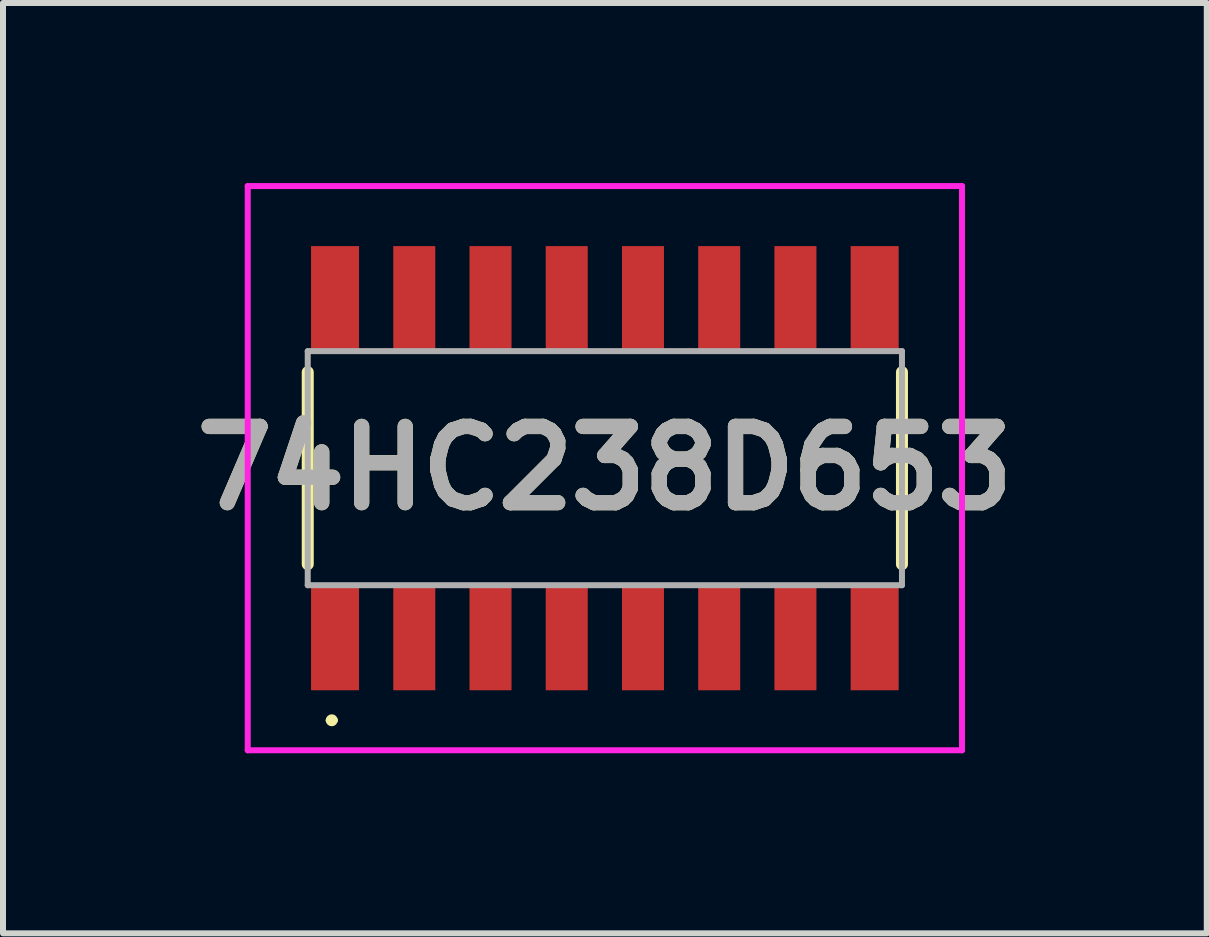
<source format=kicad_pcb>
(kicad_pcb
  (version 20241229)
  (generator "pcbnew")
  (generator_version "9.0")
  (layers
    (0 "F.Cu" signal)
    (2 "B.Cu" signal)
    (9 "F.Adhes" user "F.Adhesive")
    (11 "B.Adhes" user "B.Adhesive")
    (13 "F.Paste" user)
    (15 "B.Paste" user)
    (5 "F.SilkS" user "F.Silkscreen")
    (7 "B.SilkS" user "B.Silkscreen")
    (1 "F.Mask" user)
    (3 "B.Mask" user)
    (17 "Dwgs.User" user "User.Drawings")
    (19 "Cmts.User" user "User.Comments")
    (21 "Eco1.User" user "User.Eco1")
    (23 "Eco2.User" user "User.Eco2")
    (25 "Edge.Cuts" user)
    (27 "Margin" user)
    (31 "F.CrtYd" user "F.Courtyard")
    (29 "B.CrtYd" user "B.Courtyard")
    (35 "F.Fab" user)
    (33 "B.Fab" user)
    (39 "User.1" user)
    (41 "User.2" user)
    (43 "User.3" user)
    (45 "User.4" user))
  (footprint "74HC238D653"
    (layer "F.Cu")
    (at 7.027 4.75)
    (property "Reference" "74HC238D653" (at 0 0 0) (layer "F.SilkS") (effects (font (size 1.27 1.27) (thickness 0.254))))
    (attr smd)
    (fp_line (start -4.95 1.6) (end -4.95 -1.6) (stroke (width 0.2) (type solid)) (layer "F.SilkS"))
    (fp_line (start -4.6 4.2) (end -4.6 4.2) (stroke (width 0.1) (type solid)) (layer "F.SilkS"))
    (fp_line (start -4.5 4.2) (end -4.5 4.2) (stroke (width 0.1) (type solid)) (layer "F.SilkS"))
    (fp_line (start 4.95 -1.6) (end 4.95 1.6) (stroke (width 0.2) (type solid)) (layer "F.SilkS"))
    (fp_arc (start -4.6 4.2) (mid -4.55 4.15) (end -4.5 4.2) (stroke (width 0.1) (type solid)) (layer "F.SilkS"))
    (fp_arc (start -4.5 4.2) (mid -4.55 4.25) (end -4.6 4.2) (stroke (width 0.1) (type solid)) (layer "F.SilkS"))
    (fp_line (start -5.95 -4.7) (end 5.95 -4.7) (stroke (width 0.1) (type solid)) (layer "F.CrtYd"))
    (fp_line (start -5.95 4.7) (end -5.95 -4.7) (stroke (width 0.1) (type solid)) (layer "F.CrtYd"))
    (fp_line (start 5.95 -4.7) (end 5.95 4.7) (stroke (width 0.1) (type solid)) (layer "F.CrtYd"))
    (fp_line (start 5.95 4.7) (end -5.95 4.7) (stroke (width 0.1) (type solid)) (layer "F.CrtYd"))
    (fp_line (start -4.95 -1.95) (end 4.95 -1.95) (stroke (width 0.1) (type solid)) (layer "F.Fab"))
    (fp_line (start -4.95 1.95) (end -4.95 -1.95) (stroke (width 0.1) (type solid)) (layer "F.Fab"))
    (fp_line (start 4.95 -1.95) (end 4.95 1.95) (stroke (width 0.1) (type solid)) (layer "F.Fab"))
    (fp_line (start 4.95 1.95) (end -4.95 1.95) (stroke (width 0.1) (type solid)) (layer "F.Fab"))
    (fp_text user "${REFERENCE}" (at 0 0 0) (layer "F.Fab") (effects (font (size 1.27 1.27) (thickness 0.254))))
    (pad "1" smd rect (at -4.495 2.825) (size 0.8 1.75) (layers "F.Cu" "F.Mask" "F.Paste"))
    (pad "2" smd rect (at -3.175 2.825) (size 0.7 1.75) (layers "F.Cu" "F.Mask" "F.Paste"))
    (pad "3" smd rect (at -1.905 2.825) (size 0.7 1.75) (layers "F.Cu" "F.Mask" "F.Paste"))
    (pad "4" smd rect (at -0.635 2.825) (size 0.7 1.75) (layers "F.Cu" "F.Mask" "F.Paste"))
    (pad "5" smd rect (at 0.635 2.825) (size 0.7 1.75) (layers "F.Cu" "F.Mask" "F.Paste"))
    (pad "6" smd rect (at 1.905 2.825) (size 0.7 1.75) (layers "F.Cu" "F.Mask" "F.Paste"))
    (pad "7" smd rect (at 3.175 2.825) (size 0.7 1.75) (layers "F.Cu" "F.Mask" "F.Paste"))
    (pad "8" smd rect (at 4.495 2.825) (size 0.8 1.75) (layers "F.Cu" "F.Mask" "F.Paste"))
    (pad "9" smd rect (at 4.495 -2.825) (size 0.8 1.75) (layers "F.Cu" "F.Mask" "F.Paste"))
    (pad "10" smd rect (at 3.175 -2.825) (size 0.7 1.75) (layers "F.Cu" "F.Mask" "F.Paste"))
    (pad "11" smd rect (at 1.905 -2.825) (size 0.7 1.75) (layers "F.Cu" "F.Mask" "F.Paste"))
    (pad "12" smd rect (at 0.635 -2.825) (size 0.7 1.75) (layers "F.Cu" "F.Mask" "F.Paste"))
    (pad "13" smd rect (at -0.635 -2.825) (size 0.7 1.75) (layers "F.Cu" "F.Mask" "F.Paste"))
    (pad "14" smd rect (at -1.905 -2.825) (size 0.7 1.75) (layers "F.Cu" "F.Mask" "F.Paste"))
    (pad "15" smd rect (at -3.175 -2.825) (size 0.7 1.75) (layers "F.Cu" "F.Mask" "F.Paste"))
    (pad "16" smd rect (at -4.495 -2.825) (size 0.8 1.75) (layers "F.Cu" "F.Mask" "F.Paste")))
  (gr_rect
    (start -3 -3)
    (end 17.055 12.5)
    (stroke (width 0.1) (type default))
    (fill no)
    (layer "Edge.Cuts")))
</source>
